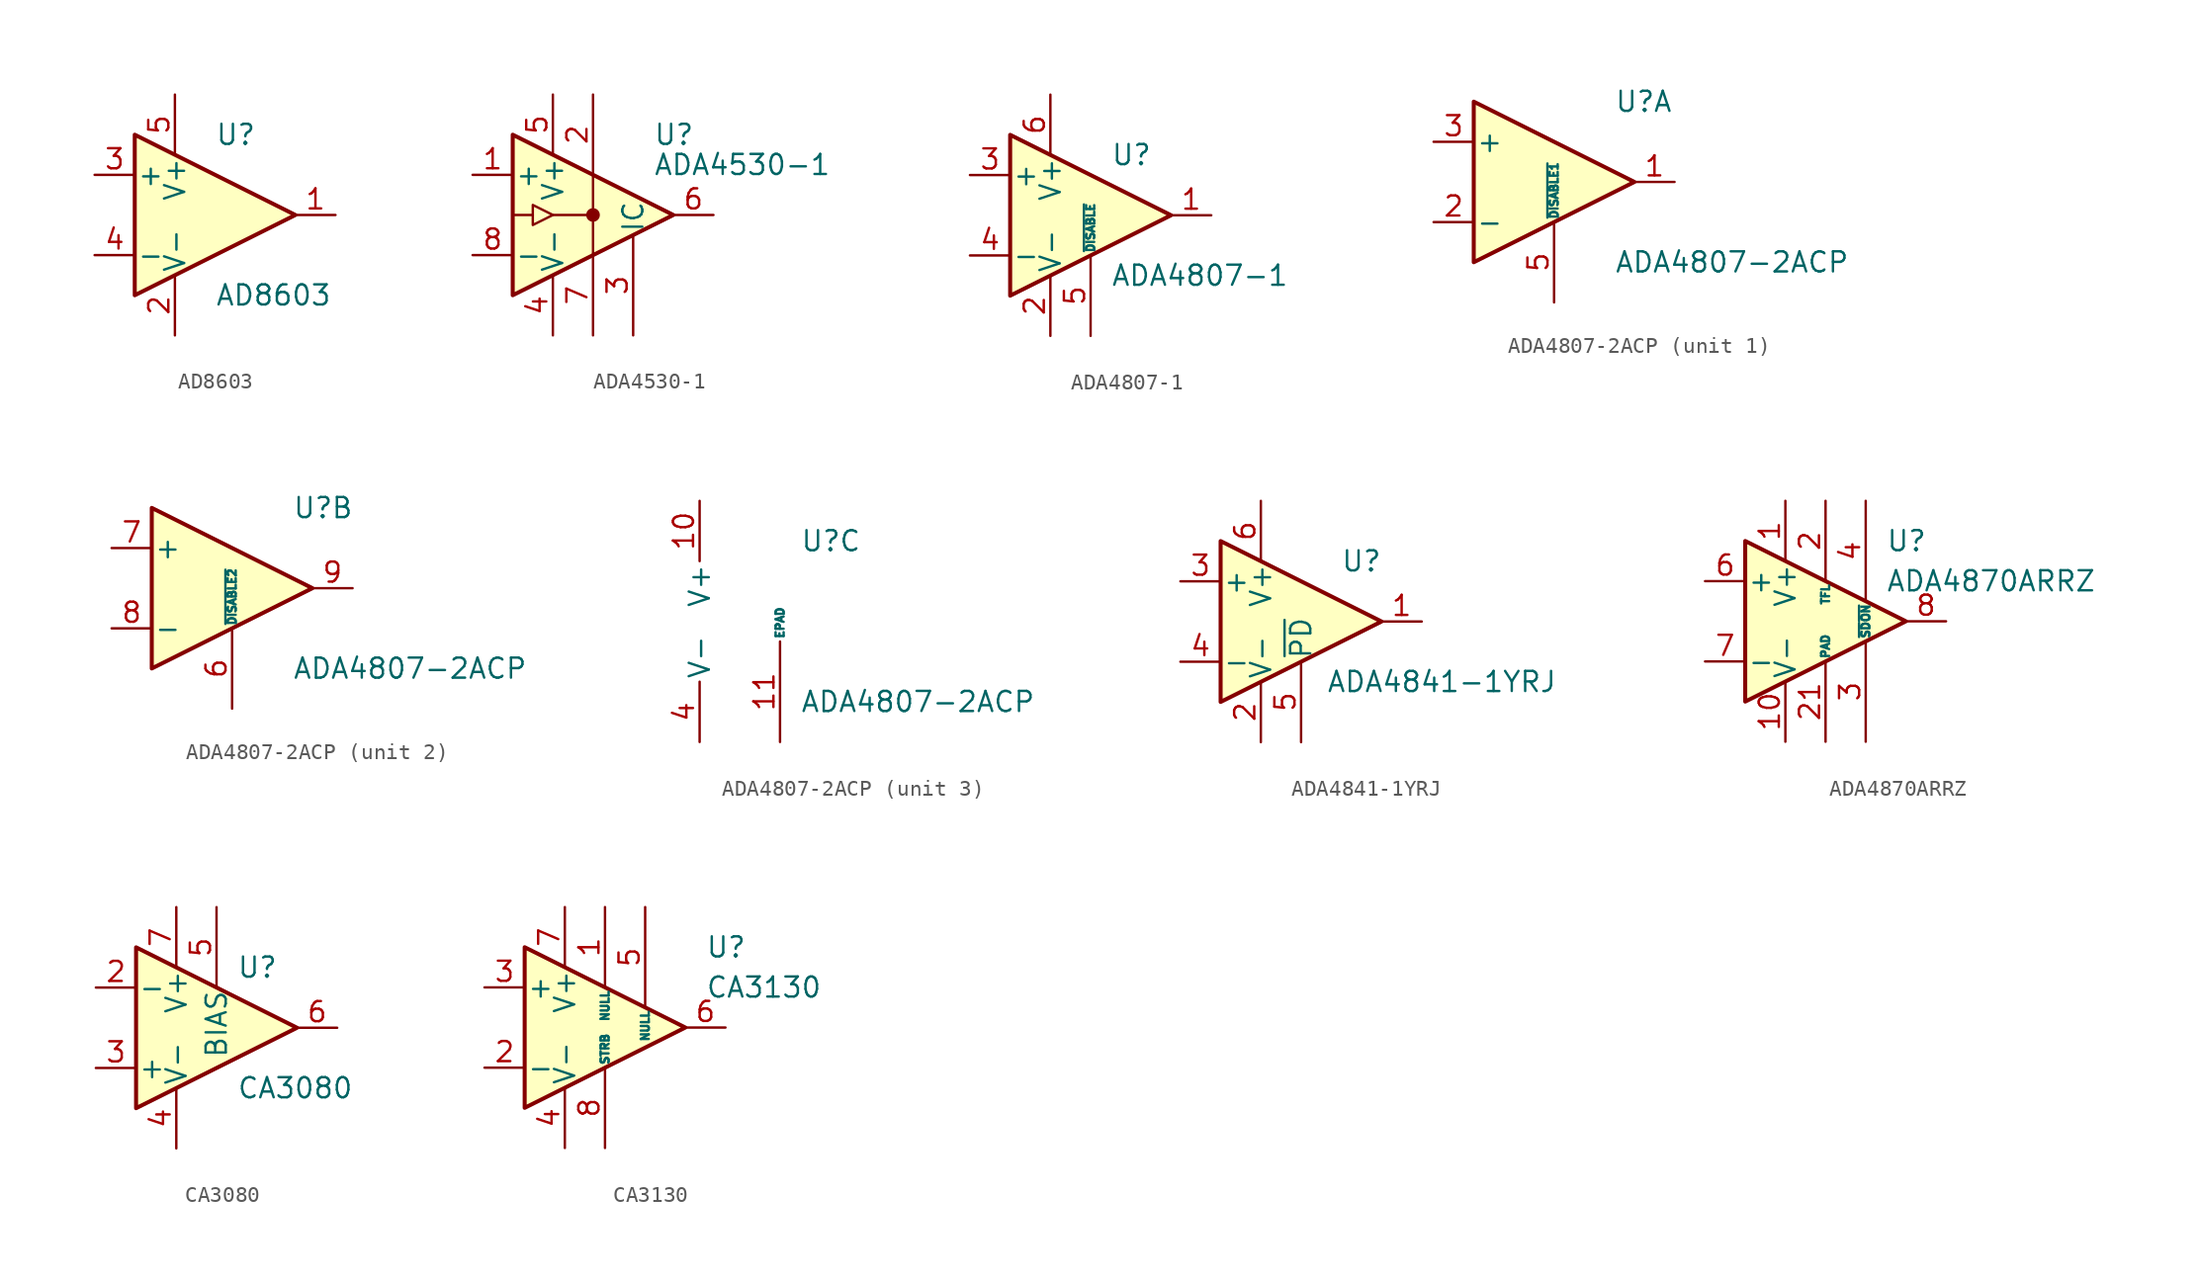
<source format=kicad_sym>
(kicad_symbol_lib
  (version 20200126)
  (host kicad_symbol_editor "(5.99.0-2908-g9a4f92dfd9)")
  (symbol "Bobs_Op_Amps:AD8603"
    (pin_names
      (offset 0.127))
    (property "Reference" "U"
      (at 0 5.08 0)
      (effects (font (size 1.27 1.27)) (justify left)))
    (property "Value" "AD8603"
      (at 0 -5.08 0)
      (effects (font (size 1.27 1.27)) (justify left)))
    (symbol "AD8603_0_1"
      (polyline (pts (xy -5.08 5.08) (xy 5.08 0) (xy -5.08 -5.08) (xy -5.08 5.08)) (stroke (width 0.254)) (fill (type background)))
      (pin power_in line (at -2.54 -7.62 90) (length 3.81) (name "V-" (effects (font (size 1.27 1.27)))) (number "2" (effects (font (size 1.27 1.27)))))
      (pin power_in line (at -2.54 7.62 270) (length 3.81) (name "V+" (effects (font (size 1.27 1.27)))) (number "5" (effects (font (size 1.27 1.27))))))
    (symbol "AD8603_1_1"
      (pin output line (at 7.62 0 180) (length 2.54) (name "~" (effects (font (size 1.27 1.27)))) (number "1" (effects (font (size 1.27 1.27)))))
      (pin input line (at -7.62 2.54 0) (length 2.54) (name "+" (effects (font (size 1.27 1.27)))) (number "3" (effects (font (size 1.27 1.27)))))
      (pin input line (at -7.62 -2.54 0) (length 2.54) (name "-" (effects (font (size 1.27 1.27)))) (number "4" (effects (font (size 1.27 1.27)))))))
  (symbol "Bobs_Op_Amps:ADA4530-1"
    (pin_names
      (offset 0.127))
    (property "Reference" "U"
      (at 3.81 5.08 0)
      (effects (font (size 1.27 1.27)) (justify left)))
    (property "Value" "ADA4530-1"
      (at 3.81 3.175 0)
      (effects (font (size 1.27 1.27)) (justify left)))
    (symbol "ADA4530-1_0_1"
      (circle (center 0 0) (radius 0.356) (stroke (width 0)) (fill (type outline)))
      (polyline (pts (xy -3.81 0) (xy -5.08 0)) (stroke (width 0)) (fill (type none)))
      (polyline (pts (xy -2.54 0) (xy 0 0)) (stroke (width 0)) (fill (type none)))
      (polyline (pts (xy 0 2.54) (xy 0 -2.54)) (stroke (width 0)) (fill (type none)))
      (polyline (pts (xy -5.08 5.08) (xy 5.08 0) (xy -5.08 -5.08) (xy -5.08 5.08)) (stroke (width 0.254)) (fill (type background)))
      (polyline (pts (xy -3.81 -0.635) (xy -3.81 0.635) (xy -2.54 0) (xy -3.81 -0.635)) (stroke (width 0)) (fill (type none))))
    (symbol "ADA4530-1_1_1"
      (pin input line (at -7.62 2.54 0) (length 2.54) (name "+" (effects (font (size 1.27 1.27)))) (number "1" (effects (font (size 1.27 1.27)))))
      (pin passive line (at 0 7.62 270) (length 5.08) (name "~" (effects (font (size 1.27 1.27)))) (number "2" (effects (font (size 1.27 1.27)))))
      (pin passive line (at 2.54 -7.62 90) (length 6.35) (name "IC" (effects (font (size 1.27 1.27)))) (number "3" (effects (font (size 1.27 1.27)))))
      (pin power_in line (at -2.54 -7.62 90) (length 3.81) (name "V-" (effects (font (size 1.27 1.27)))) (number "4" (effects (font (size 1.27 1.27)))))
      (pin power_in line (at -2.54 7.62 270) (length 3.81) (name "V+" (effects (font (size 1.27 1.27)))) (number "5" (effects (font (size 1.27 1.27)))))
      (pin output line (at 7.62 0 180) (length 2.54) (name "~" (effects (font (size 1.27 1.27)))) (number "6" (effects (font (size 1.27 1.27)))))
      (pin passive line (at 0 -7.62 90) (length 5.08) (name "~" (effects (font (size 1.27 1.27)))) (number "7" (effects (font (size 1.27 1.27)))))
      (pin input line (at -7.62 -2.54 0) (length 2.54) (name "-" (effects (font (size 1.27 1.27)))) (number "8" (effects (font (size 1.27 1.27)))))))
  (symbol "Bobs_Op_Amps:ADA4807-1"
    (pin_names
      (offset 0.127))
    (property "Reference" "U"
      (at 1.27 3.81 0)
      (effects (font (size 1.27 1.27)) (justify left)))
    (property "Value" "ADA4807-1"
      (at 1.27 -3.81 0)
      (effects (font (size 1.27 1.27)) (justify left)))
    (symbol "ADA4807-1_0_1"
      (polyline (pts (xy -5.08 5.08) (xy 5.08 0) (xy -5.08 -5.08) (xy -5.08 5.08)) (stroke (width 0.254)) (fill (type background))))
    (symbol "ADA4807-1_1_1"
      (pin output line (at 7.62 0 180) (length 2.54) (name "~" (effects (font (size 1.27 1.27)))) (number "1" (effects (font (size 1.27 1.27)))))
      (pin power_in line (at -2.54 -7.62 90) (length 3.81) (name "V-" (effects (font (size 1.27 1.27)))) (number "2" (effects (font (size 1.27 1.27)))))
      (pin input line (at -7.62 2.54 0) (length 2.54) (name "+" (effects (font (size 1.27 1.27)))) (number "3" (effects (font (size 1.27 1.27)))))
      (pin input line (at -7.62 -2.54 0) (length 2.54) (name "-" (effects (font (size 1.27 1.27)))) (number "4" (effects (font (size 1.27 1.27)))))
      (pin input line (at 0 -7.62 90) (length 5.08) (name "~DISABLE" (effects (font (size 0.508 0.508)))) (number "5" (effects (font (size 1.27 1.27)))))
      (pin power_in line (at -2.54 7.62 270) (length 3.81) (name "V+" (effects (font (size 1.27 1.27)))) (number "6" (effects (font (size 1.27 1.27)))))))
  (symbol "Bobs_Op_Amps:ADA4807-2ACP"
    (pin_names
      (offset 0.127))
    (property "Reference" "U"
      (at 3.81 5.08 0)
      (effects (font (size 1.27 1.27)) (justify left)))
    (property "Value" "ADA4807-2ACP"
      (at 3.81 -5.08 0)
      (effects (font (size 1.27 1.27)) (justify left)))
    (property "ki_locked" ""
      (at 0 0 0)
      (effects (font (size 1.27 1.27))))
    (symbol "ADA4807-2ACP_1_1"
      (polyline (pts (xy -5.08 5.08) (xy 5.08 0) (xy -5.08 -5.08) (xy -5.08 5.08)) (stroke (width 0.254)) (fill (type background)))
      (pin output line (at 7.62 0 180) (length 2.54) (name "~" (effects (font (size 1.27 1.27)))) (number "1" (effects (font (size 1.27 1.27)))))
      (pin input line (at -7.62 -2.54 0) (length 2.54) (name "-" (effects (font (size 1.27 1.27)))) (number "2" (effects (font (size 1.27 1.27)))))
      (pin input line (at -7.62 2.54 0) (length 2.54) (name "+" (effects (font (size 1.27 1.27)))) (number "3" (effects (font (size 1.27 1.27)))))
      (pin input line (at 0 -7.62 90) (length 5.08) (name "~DISABLE1" (effects (font (size 0.508 0.508)))) (number "5" (effects (font (size 1.27 1.27))))))
    (symbol "ADA4807-2ACP_2_1"
      (polyline (pts (xy -5.08 5.08) (xy 5.08 0) (xy -5.08 -5.08) (xy -5.08 5.08)) (stroke (width 0.254)) (fill (type background)))
      (pin input line (at 0 -7.62 90) (length 5.08) (name "~DISABLE2" (effects (font (size 0.508 0.508)))) (number "6" (effects (font (size 1.27 1.27)))))
      (pin input line (at -7.62 2.54 0) (length 2.54) (name "+" (effects (font (size 1.27 1.27)))) (number "7" (effects (font (size 1.27 1.27)))))
      (pin input line (at -7.62 -2.54 0) (length 2.54) (name "-" (effects (font (size 1.27 1.27)))) (number "8" (effects (font (size 1.27 1.27)))))
      (pin output line (at 7.62 0 180) (length 2.54) (name "~" (effects (font (size 1.27 1.27)))) (number "9" (effects (font (size 1.27 1.27))))))
    (symbol "ADA4807-2ACP_3_1"
      (pin power_in line (at -2.54 7.62 270) (length 3.81) (name "V+" (effects (font (size 1.27 1.27)))) (number "10" (effects (font (size 1.27 1.27)))))
      (pin power_in line (at 2.54 -7.62 90) (length 6.35) (name "EPAD" (effects (font (size 0.508 0.508)))) (number "11" (effects (font (size 1.27 1.27)))))
      (pin power_in line (at -2.54 -7.62 90) (length 3.81) (name "V-" (effects (font (size 1.27 1.27)))) (number "4" (effects (font (size 1.27 1.27)))))))
  (symbol "Bobs_Op_Amps:ADA4841-1YRJ"
    (pin_names
      (offset 0.127))
    (property "Reference" "U"
      (at 3.81 3.81 0)
      (effects (font (size 1.27 1.27))))
    (property "Value" "ADA4841-1YRJ"
      (at 8.89 -3.81 0)
      (effects (font (size 1.27 1.27))))
    (symbol "ADA4841-1YRJ_1_1"
      (polyline (pts (xy -5.08 5.08) (xy 5.08 0) (xy -5.08 -5.08) (xy -5.08 5.08)) (stroke (width 0.254)) (fill (type background)))
      (pin output line (at 7.62 0 180) (length 2.54) (name "~" (effects (font (size 1.27 1.27)))) (number "1" (effects (font (size 1.27 1.27)))))
      (pin power_in line (at -2.54 -7.62 90) (length 3.81) (name "V-" (effects (font (size 1.27 1.27)))) (number "2" (effects (font (size 1.27 1.27)))))
      (pin input line (at -7.62 2.54 0) (length 2.54) (name "+" (effects (font (size 1.27 1.27)))) (number "3" (effects (font (size 1.27 1.27)))))
      (pin input line (at -7.62 -2.54 0) (length 2.54) (name "-" (effects (font (size 1.27 1.27)))) (number "4" (effects (font (size 1.27 1.27)))))
      (pin input line (at 0 -7.62 90) (length 5.08) (name "~PD" (effects (font (size 1.27 1.27)))) (number "5" (effects (font (size 1.27 1.27)))))
      (pin power_in line (at -2.54 7.62 270) (length 3.81) (name "V+" (effects (font (size 1.27 1.27)))) (number "6" (effects (font (size 1.27 1.27)))))))
  (symbol "Bobs_Op_Amps:ADA4870ARRZ"
    (pin_names
      (offset 0.127))
    (property "Reference" "U"
      (at 3.81 5.08 0)
      (effects (font (size 1.27 1.27)) (justify left)))
    (property "Value" "ADA4870ARRZ"
      (at 3.81 2.54 0)
      (effects (font (size 1.27 1.27)) (justify left)))
    (symbol "ADA4870ARRZ_0_1"
      (polyline (pts (xy -5.08 5.08) (xy 5.08 0) (xy -5.08 -5.08) (xy -5.08 5.08)) (stroke (width 0.254)) (fill (type background))))
    (symbol "ADA4870ARRZ_1_1"
      (pin power_in line (at -2.54 7.62 270) (length 3.81) (name "V+" (effects (font (size 1.27 1.27)))) (number "1" (effects (font (size 1.27 1.27)))))
      (pin power_in line (at -2.54 -7.62 90) (length 3.81) (name "V-" (effects (font (size 1.27 1.27)))) (number "10" (effects (font (size 1.27 1.27)))))
      (pin passive line (at -2.54 -7.62 90) (length 3.81) hide (name "V-" (effects (font (size 1.27 1.27)))) (number "11" (effects (font (size 1.27 1.27)))))
      (pin passive line (at -2.54 -7.62 90) (length 3.81) hide (name "V-" (effects (font (size 1.27 1.27)))) (number "12" (effects (font (size 1.27 1.27)))))
      (pin passive line (at -2.54 -7.62 90) (length 3.81) hide (name "V-" (effects (font (size 1.27 1.27)))) (number "13" (effects (font (size 1.27 1.27)))))
      (pin passive line (at 7.62 0 180) (length 2.54) hide (name "~" (effects (font (size 1.27 1.27)))) (number "14" (effects (font (size 1.27 1.27)))))
      (pin passive line (at 7.62 0 180) (length 2.54) hide (name "~" (effects (font (size 1.27 1.27)))) (number "15" (effects (font (size 1.27 1.27)))))
      (pin passive line (at 7.62 0 180) (length 2.54) hide (name "~" (effects (font (size 1.27 1.27)))) (number "16" (effects (font (size 1.27 1.27)))))
      (pin passive line (at 7.62 0 180) (length 2.54) hide (name "~" (effects (font (size 1.27 1.27)))) (number "17" (effects (font (size 1.27 1.27)))))
      (pin passive line (at -2.54 7.62 270) (length 3.81) hide (name "V+" (effects (font (size 1.27 1.27)))) (number "18" (effects (font (size 1.27 1.27)))))
      (pin passive line (at -2.54 7.62 270) (length 3.81) hide (name "V+" (effects (font (size 1.27 1.27)))) (number "19" (effects (font (size 1.27 1.27)))))
      (pin passive line (at 0 7.62 270) (length 5.08) (name "TFL" (effects (font (size 0.508 0.508)))) (number "2" (effects (font (size 1.27 1.27)))))
      (pin passive line (at -2.54 7.62 270) (length 3.81) hide (name "V+" (effects (font (size 1.27 1.27)))) (number "20" (effects (font (size 1.27 1.27)))))
      (pin passive line (at 0 -7.62 90) (length 5.08) (name "PAD" (effects (font (size 0.508 0.508)))) (number "21" (effects (font (size 1.27 1.27)))))
      (pin input line (at 2.54 -7.62 90) (length 6.35) (name "~SD" (effects (font (size 0.508 0.508)))) (number "3" (effects (font (size 1.27 1.27)))))
      (pin input line (at 2.54 7.62 270) (length 6.35) (name "~ON" (effects (font (size 0.508 0.508)))) (number "4" (effects (font (size 1.27 1.27)))))
      (pin unconnected line (at -5.08 -5.08 90) (length 2.54) hide (name "NC" (effects (font (size 1.27 1.27)))) (number "5" (effects (font (size 1.27 1.27)))))
      (pin input line (at -7.62 2.54 0) (length 2.54) (name "+" (effects (font (size 1.27 1.27)))) (number "6" (effects (font (size 1.27 1.27)))))
      (pin input line (at -7.62 -2.54 0) (length 2.54) (name "-" (effects (font (size 1.27 1.27)))) (number "7" (effects (font (size 1.27 1.27)))))
      (pin output line (at 7.62 0 180) (length 2.54) (name "~" (effects (font (size 1.27 1.27)))) (number "8" (effects (font (size 1.27 1.27)))))
      (pin unconnected line (at -5.08 5.08 270) (length 2.54) hide (name "NC" (effects (font (size 1.27 1.27)))) (number "9" (effects (font (size 1.27 1.27)))))))
  (symbol "Bobs_Op_Amps:CA3080"
    (pin_names
      (offset 0.127))
    (property "Reference" "U"
      (at 1.27 3.81 0)
      (effects (font (size 1.27 1.27)) (justify left)))
    (property "Value" "CA3080"
      (at 1.27 -3.81 0)
      (effects (font (size 1.27 1.27)) (justify left)))
    (symbol "CA3080_0_1"
      (polyline (pts (xy 5.08 0) (xy -5.08 -5.08) (xy -5.08 5.08) (xy 5.08 0)) (stroke (width 0.254)) (fill (type background))))
    (symbol "CA3080_1_1"
      (pin unconnected line (at -2.54 2.54 270) (length 2.54) hide (name "NC" (effects (font (size 1.27 1.27)))) (number "1" (effects (font (size 1.27 1.27)))))
      (pin input line (at -7.62 2.54 0) (length 2.54) (name "-" (effects (font (size 1.27 1.27)))) (number "2" (effects (font (size 1.27 1.27)))))
      (pin input line (at -7.62 -2.54 0) (length 2.54) (name "+" (effects (font (size 1.27 1.27)))) (number "3" (effects (font (size 1.27 1.27)))))
      (pin power_in line (at -2.54 -7.62 90) (length 3.81) (name "V-" (effects (font (size 1.27 1.27)))) (number "4" (effects (font (size 1.27 1.27)))))
      (pin passive line (at 0 7.62 270) (length 5.08) (name "BIAS" (effects (font (size 1.27 1.27)))) (number "5" (effects (font (size 1.27 1.27)))))
      (pin output line (at 7.62 0 180) (length 2.54) (name "~" (effects (font (size 1.27 1.27)))) (number "6" (effects (font (size 1.27 1.27)))))
      (pin power_in line (at -2.54 7.62 270) (length 3.81) (name "V+" (effects (font (size 1.27 1.27)))) (number "7" (effects (font (size 1.27 1.27)))))
      (pin unconnected line (at 0 2.54 270) (length 2.54) hide (name "NC" (effects (font (size 1.27 1.27)))) (number "8" (effects (font (size 1.27 1.27)))))))
  (symbol "Bobs_Op_Amps:CA3130"
    (pin_names
      (offset 0.127))
    (property "Reference" "U"
      (at 6.35 5.08 0)
      (effects (font (size 1.27 1.27)) (justify left)))
    (property "Value" "CA3130"
      (at 6.35 2.54 0)
      (effects (font (size 1.27 1.27)) (justify left)))
    (symbol "CA3130_0_1"
      (polyline (pts (xy -5.08 5.08) (xy 5.08 0) (xy -5.08 -5.08) (xy -5.08 5.08)) (stroke (width 0.254)) (fill (type background))))
    (symbol "CA3130_1_1"
      (pin passive line (at 0 7.62 270) (length 5.08) (name "NULL" (effects (font (size 0.508 0.508)))) (number "1" (effects (font (size 1.27 1.27)))))
      (pin input line (at -7.62 -2.54 0) (length 2.54) (name "-" (effects (font (size 1.27 1.27)))) (number "2" (effects (font (size 1.27 1.27)))))
      (pin input line (at -7.62 2.54 0) (length 2.54) (name "+" (effects (font (size 1.27 1.27)))) (number "3" (effects (font (size 1.27 1.27)))))
      (pin power_in line (at -2.54 -7.62 90) (length 3.81) (name "V-" (effects (font (size 1.27 1.27)))) (number "4" (effects (font (size 1.27 1.27)))))
      (pin passive line (at 2.54 7.62 270) (length 6.35) (name "NULL" (effects (font (size 0.508 0.508)))) (number "5" (effects (font (size 1.27 1.27)))))
      (pin output line (at 7.62 0 180) (length 2.54) (name "~" (effects (font (size 1.27 1.27)))) (number "6" (effects (font (size 1.27 1.27)))))
      (pin power_in line (at -2.54 7.62 270) (length 3.81) (name "V+" (effects (font (size 1.27 1.27)))) (number "7" (effects (font (size 1.27 1.27)))))
      (pin passive line (at 0 -7.62 90) (length 5.08) (name "STRB" (effects (font (size 0.508 0.508)))) (number "8" (effects (font (size 1.27 1.27))))))))
</source>
